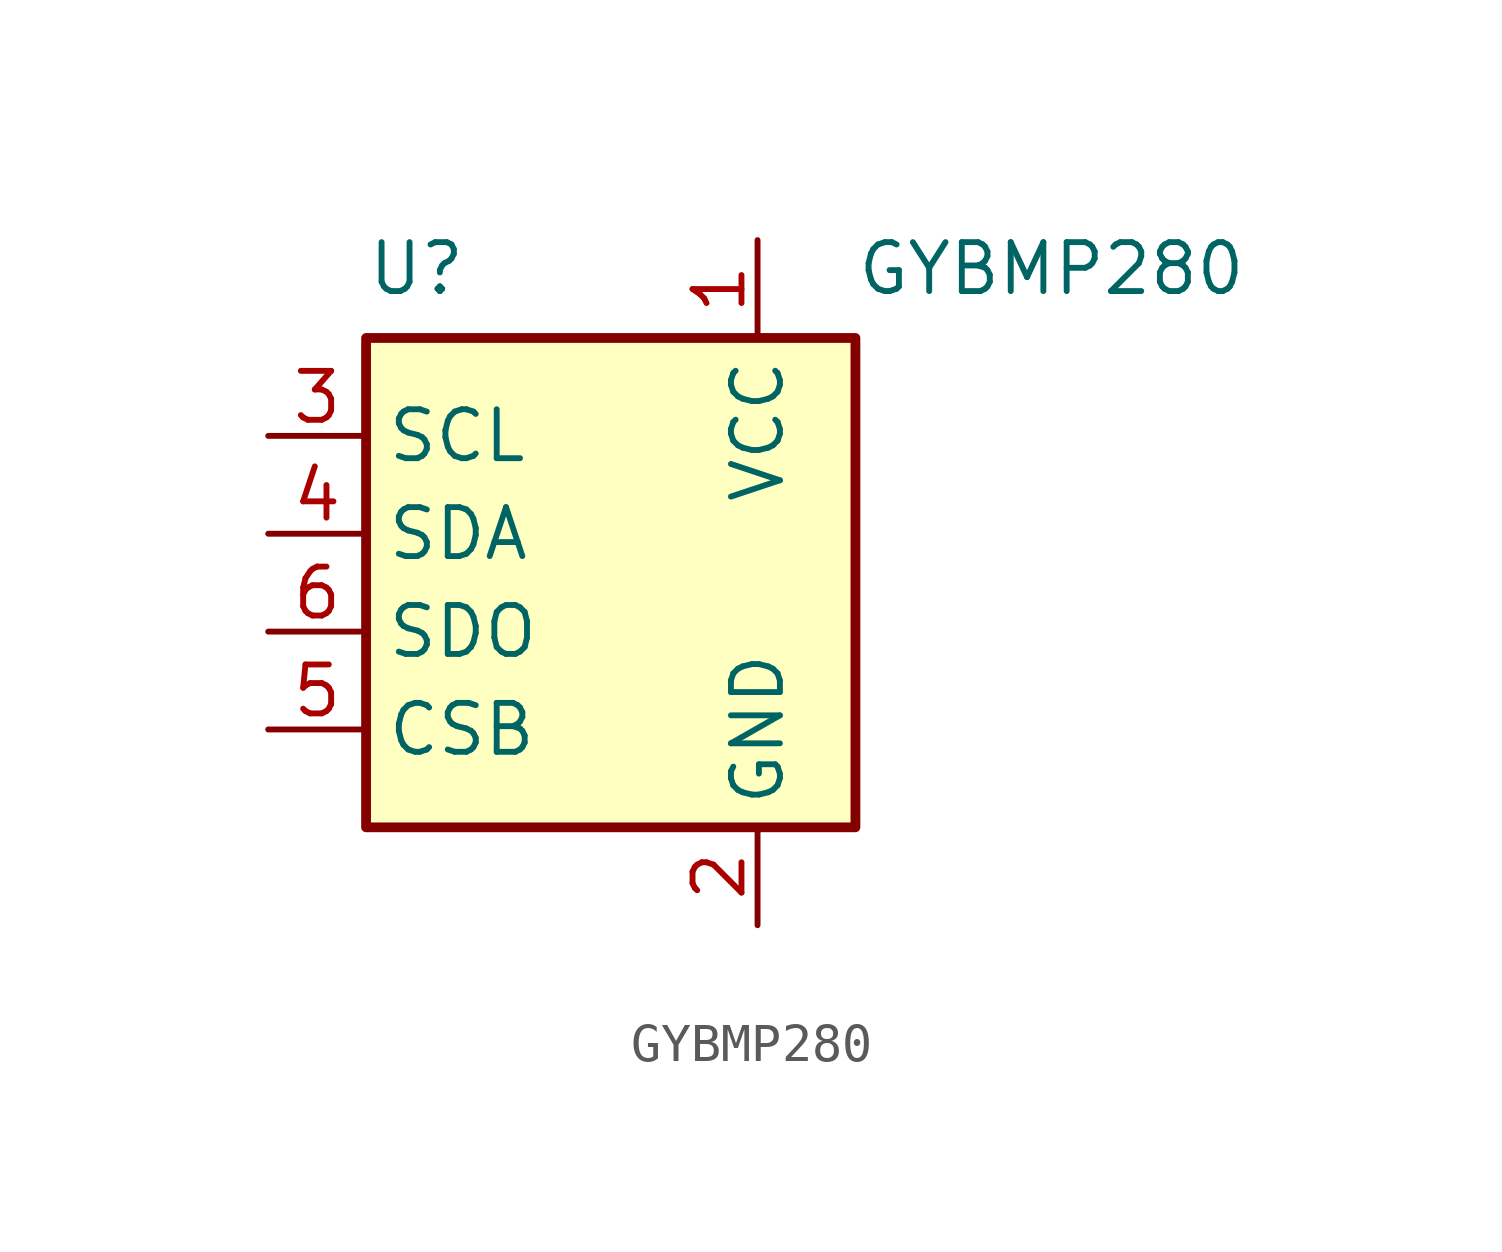
<source format=kicad_sym>
(kicad_symbol_lib
  (version 20211014)
  (generator kicad_symbol_editor)
  (symbol "GYBMP280"
    (property "Reference" "U"
      (at -7.62 10.16 0)
      (effects (font (size 1.27 1.27)) (justify left top)))
    (property "Value" "GYBMP280"
      (at 5.08 10.16 0)
      (effects (font (size 1.27 1.27)) (justify left top)))
    (symbol "GYBMP280_0_1"
      (rectangle (start -7.62 -5.08) (end 5.08 7.62) (stroke (width 0.254) (type default) (color 0 0 0 0)) (fill (type background))))
    (symbol "GYBMP280_1_1"
      (pin power_in line (at 2.54 10.16 270) (length 2.54) (name "VCC" (effects (font (size 1.27 1.27)))) (number "1" (effects (font (size 1.27 1.27)))))
      (pin power_in line (at 2.54 -7.62 90) (length 2.54) (name "GND" (effects (font (size 1.27 1.27)))) (number "2" (effects (font (size 1.27 1.27)))))
      (pin input line (at -10.16 5.08 0) (length 2.54) (name "SCL" (effects (font (size 1.27 1.27)))) (number "3" (effects (font (size 1.27 1.27)))))
      (pin bidirectional line (at -10.16 2.54 0) (length 2.54) (name "SDA" (effects (font (size 1.27 1.27)))) (number "4" (effects (font (size 1.27 1.27)))))
      (pin input line (at -10.16 -2.54 0) (length 2.54) (name "CSB" (effects (font (size 1.27 1.27)))) (number "5" (effects (font (size 1.27 1.27)))))
      (pin bidirectional line (at -10.16 0 0) (length 2.54) (name "SDO" (effects (font (size 1.27 1.27)))) (number "6" (effects (font (size 1.27 1.27))))))))
</source>
